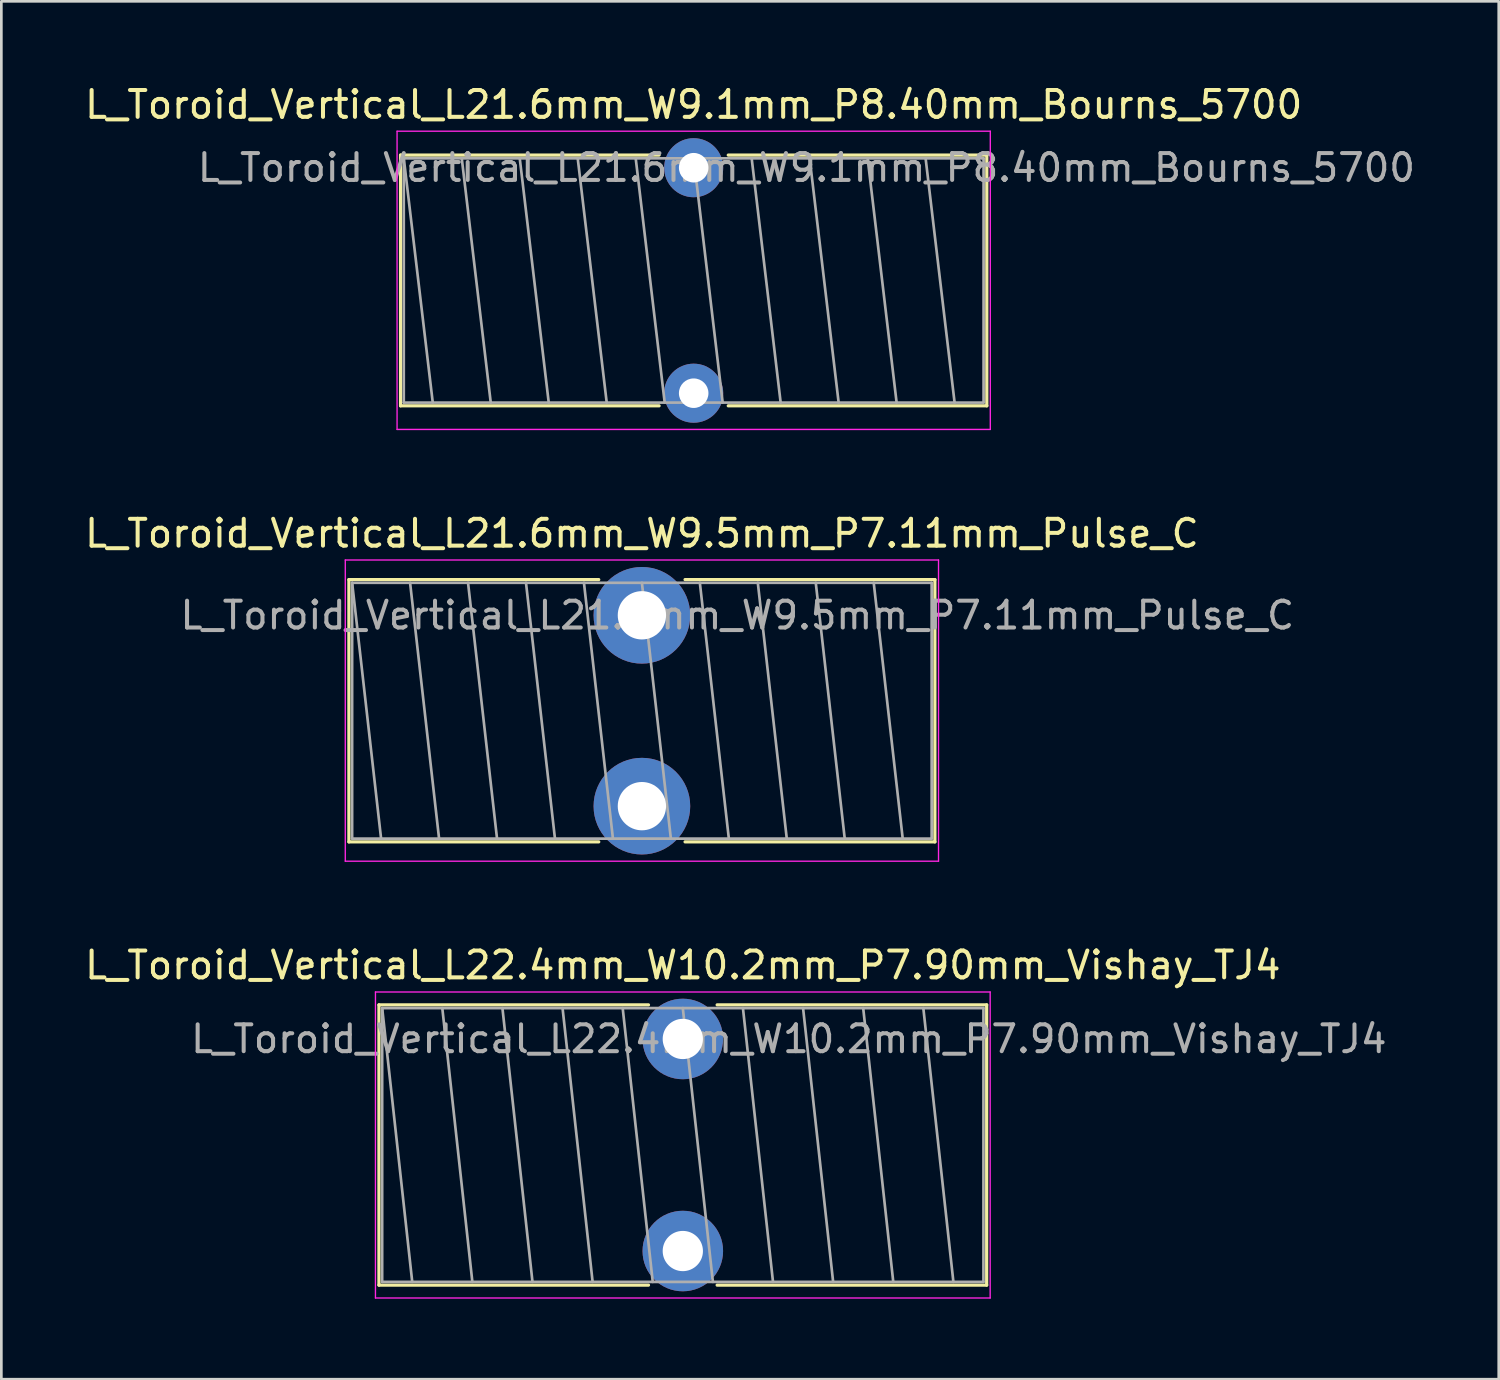
<source format=kicad_pcb>
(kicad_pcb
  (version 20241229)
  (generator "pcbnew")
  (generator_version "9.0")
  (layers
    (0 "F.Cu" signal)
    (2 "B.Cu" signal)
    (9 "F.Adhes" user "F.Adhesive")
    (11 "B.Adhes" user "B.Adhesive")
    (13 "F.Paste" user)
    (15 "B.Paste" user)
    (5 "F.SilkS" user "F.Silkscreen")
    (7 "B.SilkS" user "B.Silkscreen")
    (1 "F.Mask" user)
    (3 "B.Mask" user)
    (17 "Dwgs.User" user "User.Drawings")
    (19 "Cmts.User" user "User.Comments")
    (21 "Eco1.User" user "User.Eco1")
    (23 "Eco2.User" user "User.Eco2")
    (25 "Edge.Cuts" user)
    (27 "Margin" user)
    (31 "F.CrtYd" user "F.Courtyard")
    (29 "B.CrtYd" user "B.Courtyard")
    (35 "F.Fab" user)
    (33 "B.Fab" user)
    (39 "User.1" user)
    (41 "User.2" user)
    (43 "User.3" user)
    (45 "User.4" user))
  (footprint "L_Toroid_Vertical_L21.6mm_W9.1mm_P8.40mm_Bourns_5700"
    (layer "F.Cu")
    (at 22.792 3.198)
    (property "Reference" "L_Toroid_Vertical_L21.6mm_W9.1mm_P8.40mm_Bourns_5700" (at 0 -2.35 0) (layer "F.SilkS") (effects (font (size 1 1) (thickness 0.15))))
    (attr through_hole)
    (fp_line (start -10.92 -0.47) (end -10.92 8.87) (stroke (width 0.12) (type solid)) (layer "F.SilkS"))
    (fp_line (start -10.92 -0.47) (end -1.288 -0.47) (stroke (width 0.12) (type solid)) (layer "F.SilkS"))
    (fp_line (start -10.92 8.87) (end -1.288 8.87) (stroke (width 0.12) (type solid)) (layer "F.SilkS"))
    (fp_line (start 1.288 -0.47) (end 10.92 -0.47) (stroke (width 0.12) (type solid)) (layer "F.SilkS"))
    (fp_line (start 1.288 8.87) (end 10.92 8.87) (stroke (width 0.12) (type solid)) (layer "F.SilkS"))
    (fp_line (start 10.92 -0.47) (end 10.92 8.87) (stroke (width 0.12) (type solid)) (layer "F.SilkS"))
    (fp_line (start -11.05 -1.36) (end -11.05 9.75) (stroke (width 0.05) (type solid)) (layer "F.CrtYd"))
    (fp_line (start -11.05 9.75) (end 11.05 9.75) (stroke (width 0.05) (type solid)) (layer "F.CrtYd"))
    (fp_line (start 11.05 -1.36) (end -11.05 -1.36) (stroke (width 0.05) (type solid)) (layer "F.CrtYd"))
    (fp_line (start 11.05 9.75) (end 11.05 -1.36) (stroke (width 0.05) (type solid)) (layer "F.CrtYd"))
    (fp_line (start -10.8 -0.35) (end -10.8 8.75) (stroke (width 0.1) (type solid)) (layer "F.Fab"))
    (fp_line (start -10.8 -0.35) (end -9.72 8.75) (stroke (width 0.1) (type solid)) (layer "F.Fab"))
    (fp_line (start -10.8 8.75) (end 10.8 8.75) (stroke (width 0.1) (type solid)) (layer "F.Fab"))
    (fp_line (start -8.64 -0.35) (end -7.56 8.75) (stroke (width 0.1) (type solid)) (layer "F.Fab"))
    (fp_line (start -6.48 -0.35) (end -5.4 8.75) (stroke (width 0.1) (type solid)) (layer "F.Fab"))
    (fp_line (start -4.32 -0.35) (end -3.24 8.75) (stroke (width 0.1) (type solid)) (layer "F.Fab"))
    (fp_line (start -2.16 -0.35) (end -1.08 8.75) (stroke (width 0.1) (type solid)) (layer "F.Fab"))
    (fp_line (start 0 -0.35) (end 1.08 8.75) (stroke (width 0.1) (type solid)) (layer "F.Fab"))
    (fp_line (start 2.16 -0.35) (end 3.24 8.75) (stroke (width 0.1) (type solid)) (layer "F.Fab"))
    (fp_line (start 4.32 -0.35) (end 5.4 8.75) (stroke (width 0.1) (type solid)) (layer "F.Fab"))
    (fp_line (start 6.48 -0.35) (end 7.56 8.75) (stroke (width 0.1) (type solid)) (layer "F.Fab"))
    (fp_line (start 8.64 -0.35) (end 9.72 8.75) (stroke (width 0.1) (type solid)) (layer "F.Fab"))
    (fp_line (start 10.8 -0.35) (end -10.8 -0.35) (stroke (width 0.1) (type solid)) (layer "F.Fab"))
    (fp_line (start 10.8 8.75) (end 10.8 -0.35) (stroke (width 0.1) (type solid)) (layer "F.Fab"))
    (fp_text user "${REFERENCE}" (at 4.2 0 0) (layer "F.Fab") (effects (font (size 1 1) (thickness 0.15))))
    (pad "1" thru_hole circle (at 0 0) (size 2.2 2.2) (drill 1.1) (layers "*.Cu" "*.Mask"))
    (pad "2" thru_hole circle (at 0 8.4) (size 2.2 2.2) (drill 1.1) (layers "*.Cu" "*.Mask")))
  (footprint "L_Toroid_Vertical_L21.6mm_W9.5mm_P7.11mm_Pulse_C"
    (layer "F.Cu")
    (at 20.863 19.872)
    (property "Reference" "L_Toroid_Vertical_L21.6mm_W9.5mm_P7.11mm_Pulse_C" (at 0 -3.05 0) (layer "F.SilkS") (effects (font (size 1 1) (thickness 0.15))))
    (attr through_hole)
    (fp_line (start -10.915 -1.33) (end -10.915 8.44) (stroke (width 0.12) (type solid)) (layer "F.SilkS"))
    (fp_line (start -10.915 -1.33) (end -1.608 -1.33) (stroke (width 0.12) (type solid)) (layer "F.SilkS"))
    (fp_line (start -10.915 8.44) (end -1.608 8.44) (stroke (width 0.12) (type solid)) (layer "F.SilkS"))
    (fp_line (start 1.608 -1.33) (end 10.915 -1.33) (stroke (width 0.12) (type solid)) (layer "F.SilkS"))
    (fp_line (start 1.608 8.44) (end 10.915 8.44) (stroke (width 0.12) (type solid)) (layer "F.SilkS"))
    (fp_line (start 10.915 -1.33) (end 10.915 8.44) (stroke (width 0.12) (type solid)) (layer "F.SilkS"))
    (fp_line (start -11.05 -2.06) (end -11.05 9.16) (stroke (width 0.05) (type solid)) (layer "F.CrtYd"))
    (fp_line (start -11.05 9.16) (end 11.05 9.16) (stroke (width 0.05) (type solid)) (layer "F.CrtYd"))
    (fp_line (start 11.05 -2.06) (end -11.05 -2.06) (stroke (width 0.05) (type solid)) (layer "F.CrtYd"))
    (fp_line (start 11.05 9.16) (end 11.05 -2.06) (stroke (width 0.05) (type solid)) (layer "F.CrtYd"))
    (fp_line (start -10.795 -1.21) (end -10.795 8.32) (stroke (width 0.1) (type solid)) (layer "F.Fab"))
    (fp_line (start -10.795 -1.21) (end -9.716 8.32) (stroke (width 0.1) (type solid)) (layer "F.Fab"))
    (fp_line (start -10.795 8.32) (end 10.795 8.32) (stroke (width 0.1) (type solid)) (layer "F.Fab"))
    (fp_line (start -8.636 -1.21) (end -7.556 8.32) (stroke (width 0.1) (type solid)) (layer "F.Fab"))
    (fp_line (start -6.477 -1.21) (end -5.397 8.32) (stroke (width 0.1) (type solid)) (layer "F.Fab"))
    (fp_line (start -4.318 -1.21) (end -3.239 8.32) (stroke (width 0.1) (type solid)) (layer "F.Fab"))
    (fp_line (start -2.159 -1.21) (end -1.079 8.32) (stroke (width 0.1) (type solid)) (layer "F.Fab"))
    (fp_line (start 0 -1.21) (end 1.079 8.32) (stroke (width 0.1) (type solid)) (layer "F.Fab"))
    (fp_line (start 2.159 -1.21) (end 3.239 8.32) (stroke (width 0.1) (type solid)) (layer "F.Fab"))
    (fp_line (start 4.318 -1.21) (end 5.397 8.32) (stroke (width 0.1) (type solid)) (layer "F.Fab"))
    (fp_line (start 6.477 -1.21) (end 7.556 8.32) (stroke (width 0.1) (type solid)) (layer "F.Fab"))
    (fp_line (start 8.636 -1.21) (end 9.716 8.32) (stroke (width 0.1) (type solid)) (layer "F.Fab"))
    (fp_line (start 10.795 -1.21) (end -10.795 -1.21) (stroke (width 0.1) (type solid)) (layer "F.Fab"))
    (fp_line (start 10.795 8.32) (end 10.795 -1.21) (stroke (width 0.1) (type solid)) (layer "F.Fab"))
    (fp_text user "${REFERENCE}" (at 3.555 0 0) (layer "F.Fab") (effects (font (size 1 1) (thickness 0.15))))
    (pad "1" thru_hole circle (at 0 0) (size 3.6 3.6) (drill 1.8) (layers "*.Cu" "*.Mask"))
    (pad "2" thru_hole circle (at 0 7.11) (size 3.6 3.6) (drill 1.8) (layers "*.Cu" "*.Mask")))
  (footprint "L_Toroid_Vertical_L22.4mm_W10.2mm_P7.90mm_Vishay_TJ4"
    (layer "F.Cu")
    (at 22.387 35.655)
    (property "Reference" "L_Toroid_Vertical_L22.4mm_W10.2mm_P7.90mm_Vishay_TJ4" (at 0 -2.75 0) (layer "F.SilkS") (effects (font (size 1 1) (thickness 0.15))))
    (attr through_hole)
    (fp_line (start -11.32 -1.27) (end -11.32 9.17) (stroke (width 0.12) (type solid)) (layer "F.SilkS"))
    (fp_line (start -11.32 -1.27) (end -1.279 -1.27) (stroke (width 0.12) (type solid)) (layer "F.SilkS"))
    (fp_line (start -11.32 9.17) (end -1.279 9.17) (stroke (width 0.12) (type solid)) (layer "F.SilkS"))
    (fp_line (start 1.279 -1.27) (end 11.32 -1.27) (stroke (width 0.12) (type solid)) (layer "F.SilkS"))
    (fp_line (start 1.279 9.17) (end 11.32 9.17) (stroke (width 0.12) (type solid)) (layer "F.SilkS"))
    (fp_line (start 11.32 -1.27) (end 11.32 9.17) (stroke (width 0.12) (type solid)) (layer "F.SilkS"))
    (fp_line (start -11.45 -1.75) (end -11.45 9.65) (stroke (width 0.05) (type solid)) (layer "F.CrtYd"))
    (fp_line (start -11.45 9.65) (end 11.45 9.65) (stroke (width 0.05) (type solid)) (layer "F.CrtYd"))
    (fp_line (start 11.45 -1.75) (end -11.45 -1.75) (stroke (width 0.05) (type solid)) (layer "F.CrtYd"))
    (fp_line (start 11.45 9.65) (end 11.45 -1.75) (stroke (width 0.05) (type solid)) (layer "F.CrtYd"))
    (fp_line (start -11.2 -1.15) (end -11.2 9.05) (stroke (width 0.1) (type solid)) (layer "F.Fab"))
    (fp_line (start -11.2 -1.15) (end -10.08 9.05) (stroke (width 0.1) (type solid)) (layer "F.Fab"))
    (fp_line (start -11.2 9.05) (end 11.2 9.05) (stroke (width 0.1) (type solid)) (layer "F.Fab"))
    (fp_line (start -8.96 -1.15) (end -7.84 9.05) (stroke (width 0.1) (type solid)) (layer "F.Fab"))
    (fp_line (start -6.72 -1.15) (end -5.6 9.05) (stroke (width 0.1) (type solid)) (layer "F.Fab"))
    (fp_line (start -4.48 -1.15) (end -3.36 9.05) (stroke (width 0.1) (type solid)) (layer "F.Fab"))
    (fp_line (start -2.24 -1.15) (end -1.12 9.05) (stroke (width 0.1) (type solid)) (layer "F.Fab"))
    (fp_line (start 0 -1.15) (end 1.12 9.05) (stroke (width 0.1) (type solid)) (layer "F.Fab"))
    (fp_line (start 2.24 -1.15) (end 3.36 9.05) (stroke (width 0.1) (type solid)) (layer "F.Fab"))
    (fp_line (start 4.48 -1.15) (end 5.6 9.05) (stroke (width 0.1) (type solid)) (layer "F.Fab"))
    (fp_line (start 6.72 -1.15) (end 7.84 9.05) (stroke (width 0.1) (type solid)) (layer "F.Fab"))
    (fp_line (start 8.96 -1.15) (end 10.08 9.05) (stroke (width 0.1) (type solid)) (layer "F.Fab"))
    (fp_line (start 11.2 -1.15) (end -11.2 -1.15) (stroke (width 0.1) (type solid)) (layer "F.Fab"))
    (fp_line (start 11.2 9.05) (end 11.2 -1.15) (stroke (width 0.1) (type solid)) (layer "F.Fab"))
    (fp_text user "${REFERENCE}" (at 3.95 0 0) (layer "F.Fab") (effects (font (size 1 1) (thickness 0.15))))
    (pad "1" thru_hole circle (at 0 0) (size 3 3) (drill 1.5) (layers "*.Cu" "*.Mask"))
    (pad "2" thru_hole circle (at 0 7.9) (size 3 3) (drill 1.5) (layers "*.Cu" "*.Mask")))
  (gr_rect
    (start -3 -3)
    (end 52.783 48.33)
    (stroke (width 0.1) (type default))
    (fill no)
    (layer "Edge.Cuts")))
</source>
